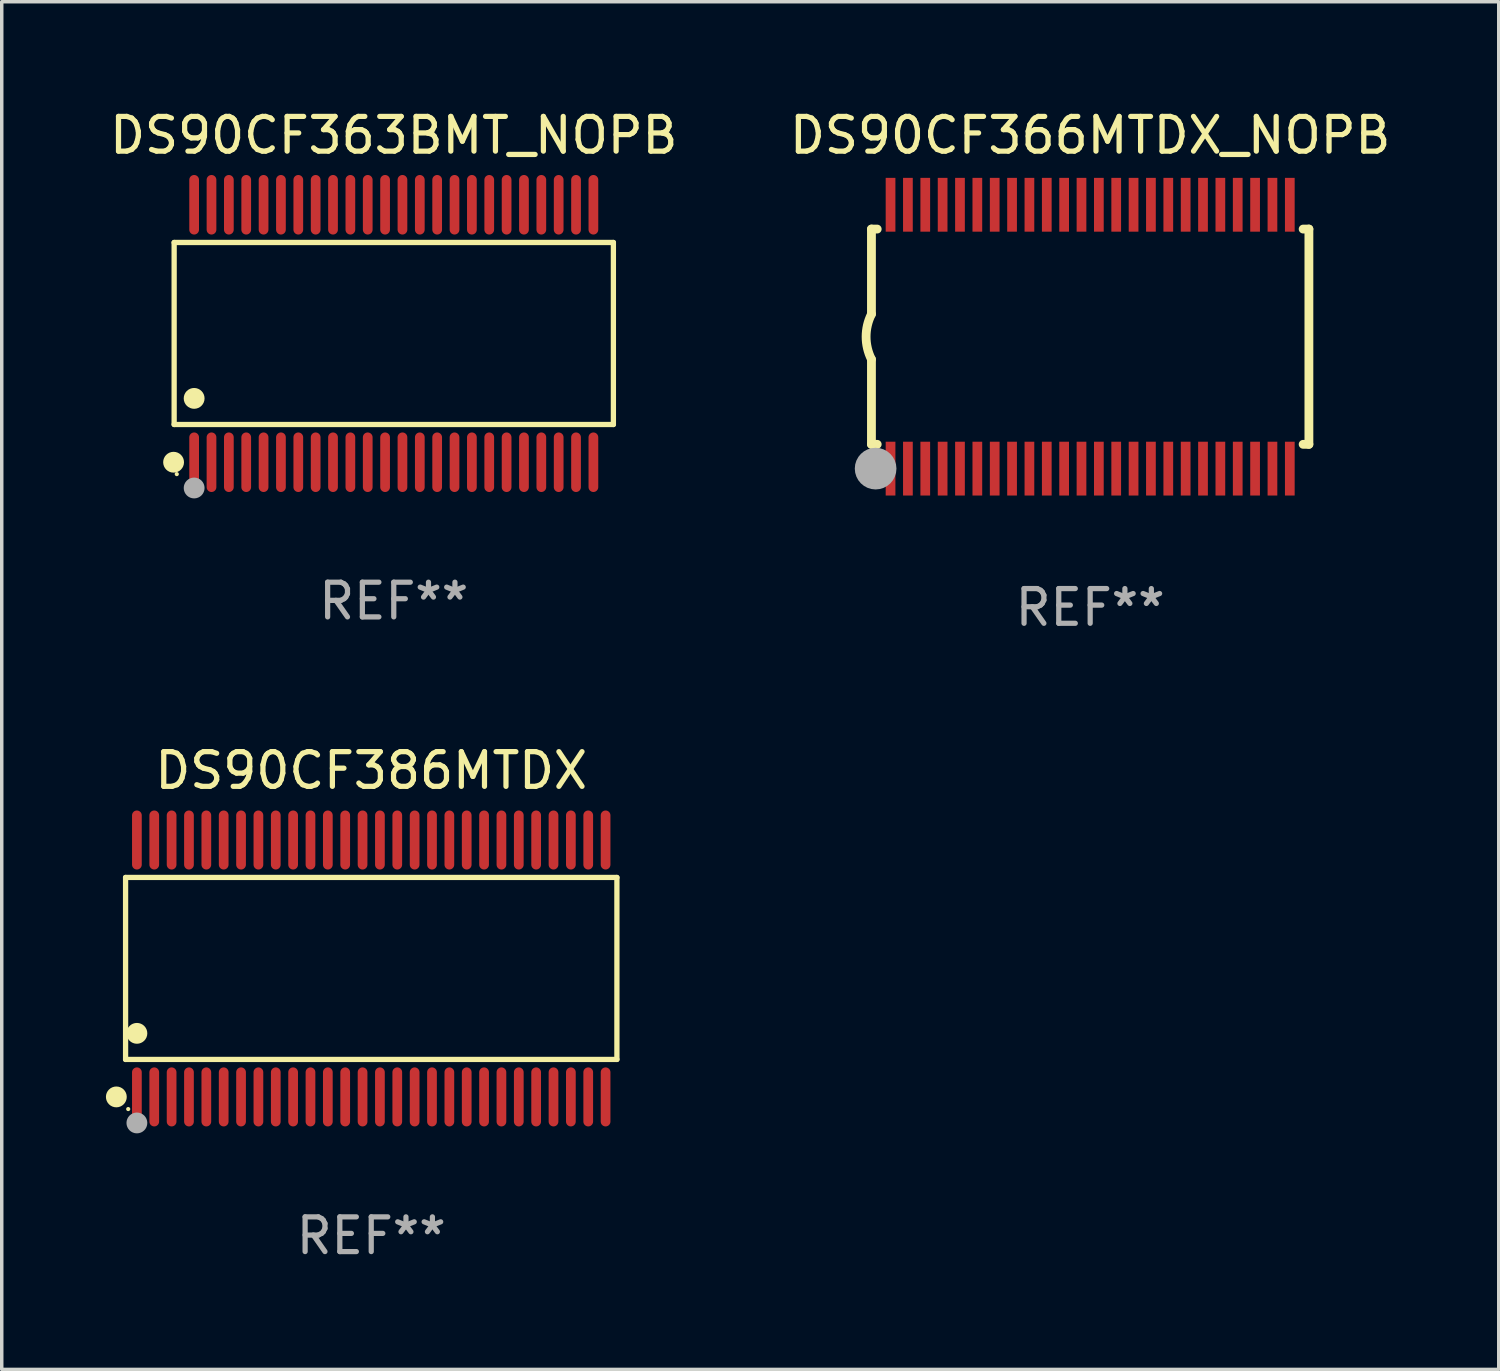
<source format=kicad_pcb>
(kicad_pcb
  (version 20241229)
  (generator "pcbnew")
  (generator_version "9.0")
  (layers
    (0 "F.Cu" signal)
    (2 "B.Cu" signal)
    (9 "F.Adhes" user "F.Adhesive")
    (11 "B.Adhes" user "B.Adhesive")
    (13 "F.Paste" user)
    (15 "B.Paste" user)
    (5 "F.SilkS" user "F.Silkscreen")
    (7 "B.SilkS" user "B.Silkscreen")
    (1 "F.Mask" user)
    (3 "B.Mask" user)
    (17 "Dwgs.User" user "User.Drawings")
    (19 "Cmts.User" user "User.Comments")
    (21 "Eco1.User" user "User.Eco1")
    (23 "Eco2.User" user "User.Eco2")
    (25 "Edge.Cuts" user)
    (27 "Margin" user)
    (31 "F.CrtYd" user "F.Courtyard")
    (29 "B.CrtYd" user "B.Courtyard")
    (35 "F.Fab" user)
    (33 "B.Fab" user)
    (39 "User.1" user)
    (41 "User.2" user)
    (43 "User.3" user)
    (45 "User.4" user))
  (footprint "DS90CF363BMT_NOPB"
    (layer "F.Cu")
    (at 8.292 6.556)
    (property "Reference" "DS90CF363BMT_NOPB" (at 0 -5.708 0) (layer "F.SilkS") (effects (font (size 1 1) (thickness 0.15))))
    (attr through_hole)
    (fp_line (start -6.326 -2.622) (end 6.326 -2.622) (stroke (width 0.152) (type solid)) (layer "F.SilkS"))
    (fp_line (start -6.326 2.621) (end -6.326 -2.622) (stroke (width 0.152) (type solid)) (layer "F.SilkS"))
    (fp_line (start 6.326 -2.622) (end 6.326 2.621) (stroke (width 0.152) (type solid)) (layer "F.SilkS"))
    (fp_line (start 6.326 2.621) (end -6.326 2.621) (stroke (width 0.152) (type solid)) (layer "F.SilkS"))
    (fp_circle (center -6.342 3.708) (end -6.192 3.708) (stroke (width 0.3) (type solid)) (fill no) (layer "F.SilkS"))
    (fp_circle (center -6.25 4.05) (end -6.22 4.05) (stroke (width 0.06) (type solid)) (fill no) (layer "F.SilkS"))
    (fp_circle (center -5.75 1.869) (end -5.6 1.869) (stroke (width 0.3) (type solid)) (fill no) (layer "F.SilkS"))
    (fp_circle (center -5.75 4.45) (end -5.6 4.45) (stroke (width 0.3) (type solid)) (fill no) (layer "F.Fab"))
    (fp_text user "REF**" (at 0 7.708 0) (layer "F.Fab") (effects (font (size 1 1) (thickness 0.15))))
    (pad "1" smd oval (at -5.75 3.708) (size 0.28 1.715) (layers "F.Cu" "F.Mask" "F.Paste"))
    (pad "2" smd oval (at -5.25 3.708) (size 0.28 1.715) (layers "F.Cu" "F.Mask" "F.Paste"))
    (pad "3" smd oval (at -4.75 3.708) (size 0.28 1.715) (layers "F.Cu" "F.Mask" "F.Paste"))
    (pad "4" smd oval (at -4.25 3.708) (size 0.28 1.715) (layers "F.Cu" "F.Mask" "F.Paste"))
    (pad "5" smd oval (at -3.75 3.708) (size 0.28 1.715) (layers "F.Cu" "F.Mask" "F.Paste"))
    (pad "6" smd oval (at -3.25 3.708) (size 0.28 1.715) (layers "F.Cu" "F.Mask" "F.Paste"))
    (pad "7" smd oval (at -2.75 3.708) (size 0.28 1.715) (layers "F.Cu" "F.Mask" "F.Paste"))
    (pad "8" smd oval (at -2.25 3.708) (size 0.28 1.715) (layers "F.Cu" "F.Mask" "F.Paste"))
    (pad "9" smd oval (at -1.75 3.708) (size 0.28 1.715) (layers "F.Cu" "F.Mask" "F.Paste"))
    (pad "10" smd oval (at -1.25 3.708) (size 0.28 1.715) (layers "F.Cu" "F.Mask" "F.Paste"))
    (pad "11" smd oval (at -0.75 3.708) (size 0.28 1.715) (layers "F.Cu" "F.Mask" "F.Paste"))
    (pad "12" smd oval (at -0.25 3.708) (size 0.28 1.715) (layers "F.Cu" "F.Mask" "F.Paste"))
    (pad "13" smd oval (at 0.25 3.708) (size 0.28 1.715) (layers "F.Cu" "F.Mask" "F.Paste"))
    (pad "14" smd oval (at 0.75 3.708) (size 0.28 1.715) (layers "F.Cu" "F.Mask" "F.Paste"))
    (pad "15" smd oval (at 1.25 3.708) (size 0.28 1.715) (layers "F.Cu" "F.Mask" "F.Paste"))
    (pad "16" smd oval (at 1.75 3.708) (size 0.28 1.715) (layers "F.Cu" "F.Mask" "F.Paste"))
    (pad "17" smd oval (at 2.25 3.708) (size 0.28 1.715) (layers "F.Cu" "F.Mask" "F.Paste"))
    (pad "18" smd oval (at 2.75 3.708) (size 0.28 1.715) (layers "F.Cu" "F.Mask" "F.Paste"))
    (pad "19" smd oval (at 3.25 3.708) (size 0.28 1.715) (layers "F.Cu" "F.Mask" "F.Paste"))
    (pad "20" smd oval (at 3.75 3.708) (size 0.28 1.715) (layers "F.Cu" "F.Mask" "F.Paste"))
    (pad "21" smd oval (at 4.25 3.708) (size 0.28 1.715) (layers "F.Cu" "F.Mask" "F.Paste"))
    (pad "22" smd oval (at 4.75 3.708) (size 0.28 1.715) (layers "F.Cu" "F.Mask" "F.Paste"))
    (pad "23" smd oval (at 5.25 3.708) (size 0.28 1.715) (layers "F.Cu" "F.Mask" "F.Paste"))
    (pad "24" smd oval (at 5.75 3.708) (size 0.28 1.715) (layers "F.Cu" "F.Mask" "F.Paste"))
    (pad "25" smd oval (at 5.75 -3.708) (size 0.28 1.715) (layers "F.Cu" "F.Mask" "F.Paste"))
    (pad "26" smd oval (at 5.25 -3.708) (size 0.28 1.715) (layers "F.Cu" "F.Mask" "F.Paste"))
    (pad "27" smd oval (at 4.75 -3.708) (size 0.28 1.715) (layers "F.Cu" "F.Mask" "F.Paste"))
    (pad "28" smd oval (at 4.25 -3.708) (size 0.28 1.715) (layers "F.Cu" "F.Mask" "F.Paste"))
    (pad "29" smd oval (at 3.75 -3.708) (size 0.28 1.715) (layers "F.Cu" "F.Mask" "F.Paste"))
    (pad "30" smd oval (at 3.25 -3.708) (size 0.28 1.715) (layers "F.Cu" "F.Mask" "F.Paste"))
    (pad "31" smd oval (at 2.75 -3.708) (size 0.28 1.715) (layers "F.Cu" "F.Mask" "F.Paste"))
    (pad "32" smd oval (at 2.25 -3.708) (size 0.28 1.715) (layers "F.Cu" "F.Mask" "F.Paste"))
    (pad "33" smd oval (at 1.75 -3.708) (size 0.28 1.715) (layers "F.Cu" "F.Mask" "F.Paste"))
    (pad "34" smd oval (at 1.25 -3.708) (size 0.28 1.715) (layers "F.Cu" "F.Mask" "F.Paste"))
    (pad "35" smd oval (at 0.75 -3.708) (size 0.28 1.715) (layers "F.Cu" "F.Mask" "F.Paste"))
    (pad "36" smd oval (at 0.25 -3.708) (size 0.28 1.715) (layers "F.Cu" "F.Mask" "F.Paste"))
    (pad "37" smd oval (at -0.25 -3.708) (size 0.28 1.715) (layers "F.Cu" "F.Mask" "F.Paste"))
    (pad "38" smd oval (at -0.75 -3.708) (size 0.28 1.715) (layers "F.Cu" "F.Mask" "F.Paste"))
    (pad "39" smd oval (at -1.25 -3.708) (size 0.28 1.715) (layers "F.Cu" "F.Mask" "F.Paste"))
    (pad "40" smd oval (at -1.75 -3.708) (size 0.28 1.715) (layers "F.Cu" "F.Mask" "F.Paste"))
    (pad "41" smd oval (at -2.25 -3.708) (size 0.28 1.715) (layers "F.Cu" "F.Mask" "F.Paste"))
    (pad "42" smd oval (at -2.75 -3.708) (size 0.28 1.715) (layers "F.Cu" "F.Mask" "F.Paste"))
    (pad "43" smd oval (at -3.25 -3.708) (size 0.28 1.715) (layers "F.Cu" "F.Mask" "F.Paste"))
    (pad "44" smd oval (at -3.75 -3.708) (size 0.28 1.715) (layers "F.Cu" "F.Mask" "F.Paste"))
    (pad "45" smd oval (at -4.25 -3.708) (size 0.28 1.715) (layers "F.Cu" "F.Mask" "F.Paste"))
    (pad "46" smd oval (at -4.75 -3.708) (size 0.28 1.715) (layers "F.Cu" "F.Mask" "F.Paste"))
    (pad "47" smd oval (at -5.25 -3.708) (size 0.28 1.715) (layers "F.Cu" "F.Mask" "F.Paste"))
    (pad "48" smd oval (at -5.75 -3.708) (size 0.28 1.715) (layers "F.Cu" "F.Mask" "F.Paste")))
  (footprint "DS90CF366MTDX_NOPB"
    (layer "F.Cu")
    (at 28.351 6.648)
    (property "Reference" "DS90CF366MTDX_NOPB" (at 0 -5.8 0) (layer "F.SilkS") (effects (font (size 1 1) (thickness 0.15))))
    (attr through_hole)
    (fp_line (start -6.3 -3.1) (end -6.3 -0.65) (stroke (width 0.254) (type solid)) (layer "F.SilkS"))
    (fp_line (start -6.3 -3.1) (end -6.134 -3.1) (stroke (width 0.254) (type solid)) (layer "F.SilkS"))
    (fp_line (start -6.3 3.1) (end -6.3 0.65) (stroke (width 0.254) (type solid)) (layer "F.SilkS"))
    (fp_line (start -6.3 3.1) (end -6.134 3.1) (stroke (width 0.254) (type solid)) (layer "F.SilkS"))
    (fp_line (start 6.134 -3.1) (end 6.3 -3.1) (stroke (width 0.254) (type solid)) (layer "F.SilkS"))
    (fp_line (start 6.134 3.1) (end 6.3 3.1) (stroke (width 0.254) (type solid)) (layer "F.SilkS"))
    (fp_line (start 6.3 -3.1) (end 6.3 3.1) (stroke (width 0.254) (type solid)) (layer "F.SilkS"))
    (fp_arc (start -6.301016 0.650114) (mid -6.45413 -0.000082) (end -6.3 -0.650038) (stroke (width 0.254001) (type solid)) (layer "F.SilkS"))
    (fp_circle (center -6.35 3.81) (end -6.223 3.81) (stroke (width 0.254) (type solid)) (fill no) (layer "F.SilkS"))
    (fp_circle (center -6.25 4.05) (end -6.22 4.05) (stroke (width 0.06) (type solid)) (fill no) (layer "F.SilkS"))
    (fp_circle (center -6.18 3.8) (end -5.88 3.8) (stroke (width 0.6) (type solid)) (fill no) (layer "F.Fab"))
    (fp_text user "REF**" (at 0 7.8 0) (layer "F.Fab") (effects (font (size 1 1) (thickness 0.15))))
    (pad "1" smd rect (at -5.75 3.8) (size 0.28 1.55) (layers "F.Cu" "F.Mask" "F.Paste"))
    (pad "2" smd rect (at -5.25 3.8) (size 0.28 1.55) (layers "F.Cu" "F.Mask" "F.Paste"))
    (pad "3" smd rect (at -4.75 3.8) (size 0.28 1.55) (layers "F.Cu" "F.Mask" "F.Paste"))
    (pad "4" smd rect (at -4.25 3.8) (size 0.28 1.55) (layers "F.Cu" "F.Mask" "F.Paste"))
    (pad "5" smd rect (at -3.75 3.8) (size 0.28 1.55) (layers "F.Cu" "F.Mask" "F.Paste"))
    (pad "6" smd rect (at -3.25 3.8) (size 0.28 1.55) (layers "F.Cu" "F.Mask" "F.Paste"))
    (pad "7" smd rect (at -2.75 3.8) (size 0.28 1.55) (layers "F.Cu" "F.Mask" "F.Paste"))
    (pad "8" smd rect (at -2.25 3.8) (size 0.28 1.55) (layers "F.Cu" "F.Mask" "F.Paste"))
    (pad "9" smd rect (at -1.75 3.8) (size 0.28 1.55) (layers "F.Cu" "F.Mask" "F.Paste"))
    (pad "10" smd rect (at -1.25 3.8) (size 0.28 1.55) (layers "F.Cu" "F.Mask" "F.Paste"))
    (pad "11" smd rect (at -0.75 3.8) (size 0.28 1.55) (layers "F.Cu" "F.Mask" "F.Paste"))
    (pad "12" smd rect (at -0.25 3.8) (size 0.28 1.55) (layers "F.Cu" "F.Mask" "F.Paste"))
    (pad "13" smd rect (at 0.25 3.8) (size 0.28 1.55) (layers "F.Cu" "F.Mask" "F.Paste"))
    (pad "14" smd rect (at 0.75 3.8) (size 0.28 1.55) (layers "F.Cu" "F.Mask" "F.Paste"))
    (pad "15" smd rect (at 1.25 3.8) (size 0.28 1.55) (layers "F.Cu" "F.Mask" "F.Paste"))
    (pad "16" smd rect (at 1.75 3.8) (size 0.28 1.55) (layers "F.Cu" "F.Mask" "F.Paste"))
    (pad "17" smd rect (at 2.25 3.8) (size 0.28 1.55) (layers "F.Cu" "F.Mask" "F.Paste"))
    (pad "18" smd rect (at 2.75 3.8) (size 0.28 1.55) (layers "F.Cu" "F.Mask" "F.Paste"))
    (pad "19" smd rect (at 3.25 3.8) (size 0.28 1.55) (layers "F.Cu" "F.Mask" "F.Paste"))
    (pad "20" smd rect (at 3.75 3.8) (size 0.28 1.55) (layers "F.Cu" "F.Mask" "F.Paste"))
    (pad "21" smd rect (at 4.25 3.8) (size 0.28 1.55) (layers "F.Cu" "F.Mask" "F.Paste"))
    (pad "22" smd rect (at 4.75 3.8) (size 0.28 1.55) (layers "F.Cu" "F.Mask" "F.Paste"))
    (pad "23" smd rect (at 5.25 3.8) (size 0.28 1.55) (layers "F.Cu" "F.Mask" "F.Paste"))
    (pad "24" smd rect (at 5.75 3.8) (size 0.28 1.55) (layers "F.Cu" "F.Mask" "F.Paste"))
    (pad "25" smd rect (at 5.75 -3.8) (size 0.28 1.55) (layers "F.Cu" "F.Mask" "F.Paste"))
    (pad "26" smd rect (at 5.25 -3.8) (size 0.28 1.55) (layers "F.Cu" "F.Mask" "F.Paste"))
    (pad "27" smd rect (at 4.75 -3.8) (size 0.28 1.55) (layers "F.Cu" "F.Mask" "F.Paste"))
    (pad "28" smd rect (at 4.25 -3.8) (size 0.28 1.55) (layers "F.Cu" "F.Mask" "F.Paste"))
    (pad "29" smd rect (at 3.75 -3.8) (size 0.28 1.55) (layers "F.Cu" "F.Mask" "F.Paste"))
    (pad "30" smd rect (at 3.25 -3.8) (size 0.28 1.55) (layers "F.Cu" "F.Mask" "F.Paste"))
    (pad "31" smd rect (at 2.75 -3.8) (size 0.28 1.55) (layers "F.Cu" "F.Mask" "F.Paste"))
    (pad "32" smd rect (at 2.25 -3.8) (size 0.28 1.55) (layers "F.Cu" "F.Mask" "F.Paste"))
    (pad "33" smd rect (at 1.75 -3.8) (size 0.28 1.55) (layers "F.Cu" "F.Mask" "F.Paste"))
    (pad "34" smd rect (at 1.25 -3.8) (size 0.28 1.55) (layers "F.Cu" "F.Mask" "F.Paste"))
    (pad "35" smd rect (at 0.75 -3.8) (size 0.28 1.55) (layers "F.Cu" "F.Mask" "F.Paste"))
    (pad "36" smd rect (at 0.25 -3.8) (size 0.28 1.55) (layers "F.Cu" "F.Mask" "F.Paste"))
    (pad "37" smd rect (at -0.25 -3.8) (size 0.28 1.55) (layers "F.Cu" "F.Mask" "F.Paste"))
    (pad "38" smd rect (at -0.75 -3.8) (size 0.28 1.55) (layers "F.Cu" "F.Mask" "F.Paste"))
    (pad "39" smd rect (at -1.25 -3.8) (size 0.28 1.55) (layers "F.Cu" "F.Mask" "F.Paste"))
    (pad "40" smd rect (at -1.75 -3.8) (size 0.28 1.55) (layers "F.Cu" "F.Mask" "F.Paste"))
    (pad "41" smd rect (at -2.25 -3.8) (size 0.28 1.55) (layers "F.Cu" "F.Mask" "F.Paste"))
    (pad "42" smd rect (at -2.75 -3.8) (size 0.28 1.55) (layers "F.Cu" "F.Mask" "F.Paste"))
    (pad "43" smd rect (at -3.25 -3.8) (size 0.28 1.55) (layers "F.Cu" "F.Mask" "F.Paste"))
    (pad "44" smd rect (at -3.75 -3.8) (size 0.28 1.55) (layers "F.Cu" "F.Mask" "F.Paste"))
    (pad "45" smd rect (at -4.25 -3.8) (size 0.28 1.55) (layers "F.Cu" "F.Mask" "F.Paste"))
    (pad "46" smd rect (at -4.75 -3.8) (size 0.28 1.55) (layers "F.Cu" "F.Mask" "F.Paste"))
    (pad "47" smd rect (at -5.25 -3.8) (size 0.28 1.55) (layers "F.Cu" "F.Mask" "F.Paste"))
    (pad "48" smd rect (at -5.75 -3.8) (size 0.28 1.55) (layers "F.Cu" "F.Mask" "F.Paste")))
  (footprint "DS90CF386MTDX"
    (layer "F.Cu")
    (at 7.643 24.845)
    (property "Reference" "DS90CF386MTDX" (at 0 -5.7 0) (layer "F.SilkS") (effects (font (size 1 1) (thickness 0.15))))
    (attr through_hole)
    (fp_line (start -7.076 -2.621) (end 7.076 -2.621) (stroke (width 0.152) (type solid)) (layer "F.SilkS"))
    (fp_line (start -7.076 2.621) (end -7.076 -2.621) (stroke (width 0.152) (type solid)) (layer "F.SilkS"))
    (fp_line (start 7.076 -2.621) (end 7.076 2.621) (stroke (width 0.152) (type solid)) (layer "F.SilkS"))
    (fp_line (start 7.076 2.621) (end -7.076 2.621) (stroke (width 0.152) (type solid)) (layer "F.SilkS"))
    (fp_circle (center -7.342 3.7) (end -7.192 3.7) (stroke (width 0.3) (type solid)) (fill no) (layer "F.SilkS"))
    (fp_circle (center -7 4.05) (end -6.97 4.05) (stroke (width 0.06) (type solid)) (fill no) (layer "F.SilkS"))
    (fp_circle (center -6.75 1.869) (end -6.6 1.869) (stroke (width 0.3) (type solid)) (fill no) (layer "F.SilkS"))
    (fp_circle (center -6.75 4.45) (end -6.6 4.45) (stroke (width 0.3) (type solid)) (fill no) (layer "F.Fab"))
    (fp_text user "REF**" (at 0 7.7 0) (layer "F.Fab") (effects (font (size 1 1) (thickness 0.15))))
    (pad "1" smd oval (at -6.75 3.7) (size 0.28 1.7) (layers "F.Cu" "F.Mask" "F.Paste"))
    (pad "2" smd oval (at -6.25 3.7) (size 0.28 1.7) (layers "F.Cu" "F.Mask" "F.Paste"))
    (pad "3" smd oval (at -5.75 3.7) (size 0.28 1.7) (layers "F.Cu" "F.Mask" "F.Paste"))
    (pad "4" smd oval (at -5.25 3.7) (size 0.28 1.7) (layers "F.Cu" "F.Mask" "F.Paste"))
    (pad "5" smd oval (at -4.75 3.7) (size 0.28 1.7) (layers "F.Cu" "F.Mask" "F.Paste"))
    (pad "6" smd oval (at -4.25 3.7) (size 0.28 1.7) (layers "F.Cu" "F.Mask" "F.Paste"))
    (pad "7" smd oval (at -3.75 3.7) (size 0.28 1.7) (layers "F.Cu" "F.Mask" "F.Paste"))
    (pad "8" smd oval (at -3.25 3.7) (size 0.28 1.7) (layers "F.Cu" "F.Mask" "F.Paste"))
    (pad "9" smd oval (at -2.75 3.7) (size 0.28 1.7) (layers "F.Cu" "F.Mask" "F.Paste"))
    (pad "10" smd oval (at -2.25 3.7) (size 0.28 1.7) (layers "F.Cu" "F.Mask" "F.Paste"))
    (pad "11" smd oval (at -1.75 3.7) (size 0.28 1.7) (layers "F.Cu" "F.Mask" "F.Paste"))
    (pad "12" smd oval (at -1.25 3.7) (size 0.28 1.7) (layers "F.Cu" "F.Mask" "F.Paste"))
    (pad "13" smd oval (at -0.75 3.7) (size 0.28 1.7) (layers "F.Cu" "F.Mask" "F.Paste"))
    (pad "14" smd oval (at -0.25 3.7) (size 0.28 1.7) (layers "F.Cu" "F.Mask" "F.Paste"))
    (pad "15" smd oval (at 0.25 3.7) (size 0.28 1.7) (layers "F.Cu" "F.Mask" "F.Paste"))
    (pad "16" smd oval (at 0.75 3.7) (size 0.28 1.7) (layers "F.Cu" "F.Mask" "F.Paste"))
    (pad "17" smd oval (at 1.25 3.7) (size 0.28 1.7) (layers "F.Cu" "F.Mask" "F.Paste"))
    (pad "18" smd oval (at 1.75 3.7) (size 0.28 1.7) (layers "F.Cu" "F.Mask" "F.Paste"))
    (pad "19" smd oval (at 2.25 3.7) (size 0.28 1.7) (layers "F.Cu" "F.Mask" "F.Paste"))
    (pad "20" smd oval (at 2.75 3.7) (size 0.28 1.7) (layers "F.Cu" "F.Mask" "F.Paste"))
    (pad "21" smd oval (at 3.25 3.7) (size 0.28 1.7) (layers "F.Cu" "F.Mask" "F.Paste"))
    (pad "22" smd oval (at 3.75 3.7) (size 0.28 1.7) (layers "F.Cu" "F.Mask" "F.Paste"))
    (pad "23" smd oval (at 4.25 3.7) (size 0.28 1.7) (layers "F.Cu" "F.Mask" "F.Paste"))
    (pad "24" smd oval (at 4.75 3.7) (size 0.28 1.7) (layers "F.Cu" "F.Mask" "F.Paste"))
    (pad "25" smd oval (at 5.25 3.7) (size 0.28 1.7) (layers "F.Cu" "F.Mask" "F.Paste"))
    (pad "26" smd oval (at 5.75 3.7) (size 0.28 1.7) (layers "F.Cu" "F.Mask" "F.Paste"))
    (pad "27" smd oval (at 6.25 3.7) (size 0.28 1.7) (layers "F.Cu" "F.Mask" "F.Paste"))
    (pad "28" smd oval (at 6.75 3.7) (size 0.28 1.7) (layers "F.Cu" "F.Mask" "F.Paste"))
    (pad "29" smd oval (at 6.75 -3.7) (size 0.28 1.7) (layers "F.Cu" "F.Mask" "F.Paste"))
    (pad "30" smd oval (at 6.25 -3.7) (size 0.28 1.7) (layers "F.Cu" "F.Mask" "F.Paste"))
    (pad "31" smd oval (at 5.75 -3.7) (size 0.28 1.7) (layers "F.Cu" "F.Mask" "F.Paste"))
    (pad "32" smd oval (at 5.25 -3.7) (size 0.28 1.7) (layers "F.Cu" "F.Mask" "F.Paste"))
    (pad "33" smd oval (at 4.75 -3.7) (size 0.28 1.7) (layers "F.Cu" "F.Mask" "F.Paste"))
    (pad "34" smd oval (at 4.25 -3.7) (size 0.28 1.7) (layers "F.Cu" "F.Mask" "F.Paste"))
    (pad "35" smd oval (at 3.75 -3.7) (size 0.28 1.7) (layers "F.Cu" "F.Mask" "F.Paste"))
    (pad "36" smd oval (at 3.25 -3.7) (size 0.28 1.7) (layers "F.Cu" "F.Mask" "F.Paste"))
    (pad "37" smd oval (at 2.75 -3.7) (size 0.28 1.7) (layers "F.Cu" "F.Mask" "F.Paste"))
    (pad "38" smd oval (at 2.25 -3.7) (size 0.28 1.7) (layers "F.Cu" "F.Mask" "F.Paste"))
    (pad "39" smd oval (at 1.75 -3.7) (size 0.28 1.7) (layers "F.Cu" "F.Mask" "F.Paste"))
    (pad "40" smd oval (at 1.25 -3.7) (size 0.28 1.7) (layers "F.Cu" "F.Mask" "F.Paste"))
    (pad "41" smd oval (at 0.75 -3.7) (size 0.28 1.7) (layers "F.Cu" "F.Mask" "F.Paste"))
    (pad "42" smd oval (at 0.25 -3.7) (size 0.28 1.7) (layers "F.Cu" "F.Mask" "F.Paste"))
    (pad "43" smd oval (at -0.25 -3.7) (size 0.28 1.7) (layers "F.Cu" "F.Mask" "F.Paste"))
    (pad "44" smd oval (at -0.75 -3.7) (size 0.28 1.7) (layers "F.Cu" "F.Mask" "F.Paste"))
    (pad "45" smd oval (at -1.25 -3.7) (size 0.28 1.7) (layers "F.Cu" "F.Mask" "F.Paste"))
    (pad "46" smd oval (at -1.75 -3.7) (size 0.28 1.7) (layers "F.Cu" "F.Mask" "F.Paste"))
    (pad "47" smd oval (at -2.25 -3.7) (size 0.28 1.7) (layers "F.Cu" "F.Mask" "F.Paste"))
    (pad "48" smd oval (at -2.75 -3.7) (size 0.28 1.7) (layers "F.Cu" "F.Mask" "F.Paste"))
    (pad "49" smd oval (at -3.25 -3.7) (size 0.28 1.7) (layers "F.Cu" "F.Mask" "F.Paste"))
    (pad "50" smd oval (at -3.75 -3.7) (size 0.28 1.7) (layers "F.Cu" "F.Mask" "F.Paste"))
    (pad "51" smd oval (at -4.25 -3.7) (size 0.28 1.7) (layers "F.Cu" "F.Mask" "F.Paste"))
    (pad "52" smd oval (at -4.75 -3.7) (size 0.28 1.7) (layers "F.Cu" "F.Mask" "F.Paste"))
    (pad "53" smd oval (at -5.25 -3.7) (size 0.28 1.7) (layers "F.Cu" "F.Mask" "F.Paste"))
    (pad "54" smd oval (at -5.75 -3.7) (size 0.28 1.7) (layers "F.Cu" "F.Mask" "F.Paste"))
    (pad "55" smd oval (at -6.25 -3.7) (size 0.28 1.7) (layers "F.Cu" "F.Mask" "F.Paste"))
    (pad "56" smd oval (at -6.75 -3.7) (size 0.28 1.7) (layers "F.Cu" "F.Mask" "F.Paste")))
  (gr_rect
    (start -3 -3)
    (end 40.119 36.393)
    (stroke (width 0.1) (type default))
    (fill no)
    (layer "Edge.Cuts")))
</source>
